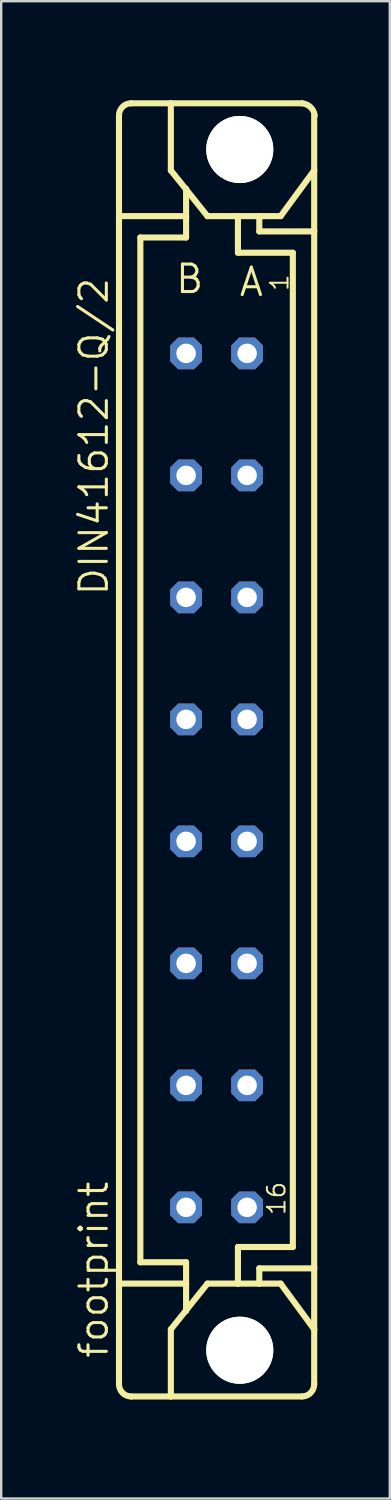
<source format=kicad_pcb>
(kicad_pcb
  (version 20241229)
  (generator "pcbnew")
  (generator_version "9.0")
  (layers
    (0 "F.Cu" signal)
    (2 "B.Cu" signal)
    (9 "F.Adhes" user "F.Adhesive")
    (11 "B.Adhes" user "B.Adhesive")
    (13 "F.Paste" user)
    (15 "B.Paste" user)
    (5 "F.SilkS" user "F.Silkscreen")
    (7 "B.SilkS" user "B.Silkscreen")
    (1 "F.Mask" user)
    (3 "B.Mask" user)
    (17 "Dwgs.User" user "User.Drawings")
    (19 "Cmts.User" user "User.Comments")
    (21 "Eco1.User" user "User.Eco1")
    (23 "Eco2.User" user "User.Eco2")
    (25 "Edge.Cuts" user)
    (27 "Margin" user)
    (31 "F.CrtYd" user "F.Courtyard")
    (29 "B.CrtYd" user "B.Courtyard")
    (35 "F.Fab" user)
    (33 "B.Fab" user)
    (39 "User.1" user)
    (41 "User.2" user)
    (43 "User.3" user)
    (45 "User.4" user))
  (footprint "footprint"
    (layer "F.Cu")
    (at 5.969 28.175)
    (property "Reference" "footprint" (at -4.445 25.4 90) (layer "F.SilkS") (effects (font (size 1.143 1.143) (thickness 0.127)) (justify left bottom)))
    (fp_line (start -4.064 -22.225) (end -4.064 -26.416) (stroke (width 0.254) (type solid)) (layer "F.SilkS"))
    (fp_line (start -4.064 -22.225) (end -4.064 22.225) (stroke (width 0.254) (type solid)) (layer "F.SilkS"))
    (fp_line (start -4.064 22.225) (end -4.064 26.416) (stroke (width 0.254) (type solid)) (layer "F.SilkS"))
    (fp_line (start -3.556 26.924) (end -1.905 26.924) (stroke (width 0.254) (type solid)) (layer "F.SilkS"))
    (fp_line (start -3.175 21.336) (end -3.175 -21.336) (stroke (width 0.254) (type solid)) (layer "F.SilkS"))
    (fp_line (start -1.905 -26.924) (end -3.556 -26.924) (stroke (width 0.254) (type solid)) (layer "F.SilkS"))
    (fp_line (start -1.905 -26.924) (end -1.905 -24.13) (stroke (width 0.254) (type solid)) (layer "F.SilkS"))
    (fp_line (start -1.905 26.924) (end -1.905 24.13) (stroke (width 0.254) (type solid)) (layer "F.SilkS"))
    (fp_line (start -1.905 26.924) (end 3.556 26.924) (stroke (width 0.254) (type solid)) (layer "F.SilkS"))
    (fp_line (start -1.27 -22.225) (end -4.064 -22.225) (stroke (width 0.254) (type solid)) (layer "F.SilkS"))
    (fp_line (start -1.27 -22.225) (end -1.27 -23.368) (stroke (width 0.254) (type solid)) (layer "F.SilkS"))
    (fp_line (start -1.27 -22.225) (end -1.27 -21.336) (stroke (width 0.254) (type solid)) (layer "F.SilkS"))
    (fp_line (start -1.27 -21.336) (end -3.175 -21.336) (stroke (width 0.254) (type solid)) (layer "F.SilkS"))
    (fp_line (start -1.27 21.336) (end -3.175 21.336) (stroke (width 0.254) (type solid)) (layer "F.SilkS"))
    (fp_line (start -1.27 22.225) (end -4.064 22.225) (stroke (width 0.254) (type solid)) (layer "F.SilkS"))
    (fp_line (start -1.27 22.225) (end -1.27 21.336) (stroke (width 0.254) (type solid)) (layer "F.SilkS"))
    (fp_line (start -1.27 22.225) (end -1.27 23.368) (stroke (width 0.254) (type solid)) (layer "F.SilkS"))
    (fp_line (start -0.381 -22.225) (end -1.905 -24.13) (stroke (width 0.254) (type solid)) (layer "F.SilkS"))
    (fp_line (start -0.381 -22.225) (end 0.889 -22.225) (stroke (width 0.254) (type solid)) (layer "F.SilkS"))
    (fp_line (start -0.381 22.225) (end -1.905 24.13) (stroke (width 0.254) (type solid)) (layer "F.SilkS"))
    (fp_line (start -0.381 22.225) (end 0.889 22.225) (stroke (width 0.254) (type solid)) (layer "F.SilkS"))
    (fp_line (start 0.889 -22.225) (end 1.778 -22.225) (stroke (width 0.254) (type solid)) (layer "F.SilkS"))
    (fp_line (start 0.889 -20.701) (end 0.889 -22.225) (stroke (width 0.254) (type solid)) (layer "F.SilkS"))
    (fp_line (start 0.889 22.225) (end 0.889 20.701) (stroke (width 0.254) (type solid)) (layer "F.SilkS"))
    (fp_line (start 0.889 22.225) (end 1.778 22.225) (stroke (width 0.254) (type solid)) (layer "F.SilkS"))
    (fp_line (start 1.778 -22.225) (end 1.778 -21.59) (stroke (width 0.254) (type solid)) (layer "F.SilkS"))
    (fp_line (start 1.778 -22.225) (end 2.667 -22.225) (stroke (width 0.254) (type solid)) (layer "F.SilkS"))
    (fp_line (start 1.778 -21.59) (end 4.064 -21.59) (stroke (width 0.254) (type solid)) (layer "F.SilkS"))
    (fp_line (start 1.778 21.59) (end 4.064 21.59) (stroke (width 0.254) (type solid)) (layer "F.SilkS"))
    (fp_line (start 1.778 22.225) (end 1.778 21.59) (stroke (width 0.254) (type solid)) (layer "F.SilkS"))
    (fp_line (start 1.778 22.225) (end 2.667 22.225) (stroke (width 0.254) (type solid)) (layer "F.SilkS"))
    (fp_line (start 2.667 -22.225) (end 4.064 -24.13) (stroke (width 0.254) (type solid)) (layer "F.SilkS"))
    (fp_line (start 2.667 22.225) (end 4.064 24.13) (stroke (width 0.254) (type solid)) (layer "F.SilkS"))
    (fp_line (start 3.175 -20.701) (end 0.889 -20.701) (stroke (width 0.254) (type solid)) (layer "F.SilkS"))
    (fp_line (start 3.175 20.701) (end 0.889 20.701) (stroke (width 0.254) (type solid)) (layer "F.SilkS"))
    (fp_line (start 3.175 20.701) (end 3.175 -20.701) (stroke (width 0.254) (type solid)) (layer "F.SilkS"))
    (fp_line (start 3.556 -26.924) (end -1.905 -26.924) (stroke (width 0.254) (type solid)) (layer "F.SilkS"))
    (fp_line (start 4.064 -24.13) (end 4.064 -26.416) (stroke (width 0.254) (type solid)) (layer "F.SilkS"))
    (fp_line (start 4.064 -24.13) (end 4.064 -21.59) (stroke (width 0.254) (type solid)) (layer "F.SilkS"))
    (fp_line (start 4.064 -21.59) (end 4.064 21.59) (stroke (width 0.254) (type solid)) (layer "F.SilkS"))
    (fp_line (start 4.064 21.59) (end 4.064 24.13) (stroke (width 0.254) (type solid)) (layer "F.SilkS"))
    (fp_line (start 4.064 24.13) (end 4.064 26.416) (stroke (width 0.254) (type solid)) (layer "F.SilkS"))
    (fp_arc (start -4.064 -26.416) (mid -3.91521 -26.77521) (end -3.556 -26.924) (stroke (width 0.254) (type solid)) (layer "F.SilkS"))
    (fp_arc (start -3.556 26.924) (mid -3.91521 26.77521) (end -4.064 26.416) (stroke (width 0.254) (type solid)) (layer "F.SilkS"))
    (fp_arc (start 3.556 -26.924) (mid 3.909437 -26.764314) (end 4.086 -26.418999) (stroke (width 0.254) (type solid)) (layer "F.SilkS"))
    (fp_arc (start 4.064 26.416) (mid 3.91521 26.77521) (end 3.556 26.924) (stroke (width 0.254) (type solid)) (layer "F.SilkS"))
    (fp_circle (center 0.965 -25) (end 2.235 -25) (stroke (width 0.254) (type solid)) (fill no) (layer "F.SilkS"))
    (fp_circle (center 0.965 25) (end 2.235 25) (stroke (width 0.254) (type solid)) (fill no) (layer "F.SilkS"))
    (fp_text user "A" (at 0.873 -18.812 0) (layer "F.SilkS") (effects (font (size 1.143 1.143) (thickness 0.127)) (justify left bottom)))
    (fp_text user "B" (at -1.778 -18.939 0) (layer "F.SilkS") (effects (font (size 1.143 1.143) (thickness 0.127)) (justify left bottom)))
    (fp_text user "1" (at 3.048 -19.05 90) (layer "F.SilkS") (effects (font (size 0.732 0.732) (thickness 0.081)) (justify left bottom)))
    (fp_text user "16" (at 2.921 19.431 90) (layer "F.SilkS") (effects (font (size 0.732 0.732) (thickness 0.081)) (justify left bottom)))
    (fp_text user "DIN41612-Q/2" (at -4.445 -6.35 90) (layer "F.SilkS") (effects (font (size 1.143 1.143) (thickness 0.127)) (justify left bottom)))
    (pad "" np_thru_hole circle (at 0.965 -25) (size 2.794 2.794) (drill 2.794) (layers "*.Cu" "*.Mask"))
    (pad "" np_thru_hole circle (at 0.965 25) (size 2.794 2.794) (drill 2.794) (layers "*.Cu" "*.Mask"))
    (pad "A2" thru_hole roundrect (at 1.27 -16.51) (size 1.321 1.321) (drill 0.813) (layers "*.Cu" "*.Mask") (roundrect_rratio 0.25) (chamfer_ratio 0.25) (chamfer top_left top_right bottom_left bottom_right))
    (pad "A4" thru_hole roundrect (at 1.27 -11.43) (size 1.321 1.321) (drill 0.813) (layers "*.Cu" "*.Mask") (roundrect_rratio 0.25) (chamfer_ratio 0.25) (chamfer top_left top_right bottom_left bottom_right))
    (pad "A6" thru_hole roundrect (at 1.27 -6.35) (size 1.321 1.321) (drill 0.813) (layers "*.Cu" "*.Mask") (roundrect_rratio 0.25) (chamfer_ratio 0.25) (chamfer top_left top_right bottom_left bottom_right))
    (pad "A8" thru_hole roundrect (at 1.27 -1.27) (size 1.321 1.321) (drill 0.813) (layers "*.Cu" "*.Mask") (roundrect_rratio 0.25) (chamfer_ratio 0.25) (chamfer top_left top_right bottom_left bottom_right))
    (pad "A10" thru_hole roundrect (at 1.27 3.81) (size 1.321 1.321) (drill 0.813) (layers "*.Cu" "*.Mask") (roundrect_rratio 0.25) (chamfer_ratio 0.25) (chamfer top_left top_right bottom_left bottom_right))
    (pad "A12" thru_hole roundrect (at 1.27 8.89) (size 1.321 1.321) (drill 0.813) (layers "*.Cu" "*.Mask") (roundrect_rratio 0.25) (chamfer_ratio 0.25) (chamfer top_left top_right bottom_left bottom_right))
    (pad "A14" thru_hole roundrect (at 1.27 13.97) (size 1.321 1.321) (drill 0.813) (layers "*.Cu" "*.Mask") (roundrect_rratio 0.25) (chamfer_ratio 0.25) (chamfer top_left top_right bottom_left bottom_right))
    (pad "A16" thru_hole roundrect (at 1.27 19.05) (size 1.321 1.321) (drill 0.813) (layers "*.Cu" "*.Mask") (roundrect_rratio 0.25) (chamfer_ratio 0.25) (chamfer top_left top_right bottom_left bottom_right))
    (pad "B2" thru_hole roundrect (at -1.27 -16.51) (size 1.321 1.321) (drill 0.813) (layers "*.Cu" "*.Mask") (roundrect_rratio 0.25) (chamfer_ratio 0.25) (chamfer top_left top_right bottom_left bottom_right))
    (pad "B4" thru_hole roundrect (at -1.27 -11.43) (size 1.321 1.321) (drill 0.813) (layers "*.Cu" "*.Mask") (roundrect_rratio 0.25) (chamfer_ratio 0.25) (chamfer top_left top_right bottom_left bottom_right))
    (pad "B6" thru_hole roundrect (at -1.27 -6.35) (size 1.321 1.321) (drill 0.813) (layers "*.Cu" "*.Mask") (roundrect_rratio 0.25) (chamfer_ratio 0.25) (chamfer top_left top_right bottom_left bottom_right))
    (pad "B8" thru_hole roundrect (at -1.27 -1.27) (size 1.321 1.321) (drill 0.813) (layers "*.Cu" "*.Mask") (roundrect_rratio 0.25) (chamfer_ratio 0.25) (chamfer top_left top_right bottom_left bottom_right))
    (pad "B10" thru_hole roundrect (at -1.27 3.81) (size 1.321 1.321) (drill 0.813) (layers "*.Cu" "*.Mask") (roundrect_rratio 0.25) (chamfer_ratio 0.25) (chamfer top_left top_right bottom_left bottom_right))
    (pad "B12" thru_hole roundrect (at -1.27 8.89) (size 1.321 1.321) (drill 0.813) (layers "*.Cu" "*.Mask") (roundrect_rratio 0.25) (chamfer_ratio 0.25) (chamfer top_left top_right bottom_left bottom_right))
    (pad "B14" thru_hole roundrect (at -1.27 13.97) (size 1.321 1.321) (drill 0.813) (layers "*.Cu" "*.Mask") (roundrect_rratio 0.25) (chamfer_ratio 0.25) (chamfer top_left top_right bottom_left bottom_right))
    (pad "B16" thru_hole roundrect (at -1.27 19.05) (size 1.321 1.321) (drill 0.813) (layers "*.Cu" "*.Mask") (roundrect_rratio 0.25) (chamfer_ratio 0.25) (chamfer top_left top_right bottom_left bottom_right))
    (zone (net_name "") (layers "F.Cu" "B.Cu") (hatch edge 0.508) (connect_pads) (min_thickness 0.254) (filled_areas_thickness no) (keepout (tracks allowed) (vias not_allowed) (pads allowed) (copperpour allowed) (footprints allowed)) (placement (enabled no)) (fill) (polygon (pts (xy 10.109 3.175) (xy 10.061 2.624) (xy 9.918 2.089) (xy 9.684 1.587) (xy 9.366 1.134) (xy 8.975 0.743) (xy 8.522 0.425) (xy 8.02 0.191) (xy 7.486 0.048) (xy 6.934 0) (xy 6.383 0.048) (xy 5.848 0.191) (xy 5.347 0.425) (xy 4.893 0.743) (xy 4.502 1.134) (xy 4.185 1.587) (xy 3.951 2.089) (xy 3.807 2.624) (xy 3.759 3.175) (xy 3.807 3.726) (xy 3.951 4.261) (xy 4.185 4.763) (xy 4.502 5.216) (xy 4.893 5.607) (xy 5.347 5.925) (xy 5.848 6.159) (xy 6.383 6.302) (xy 6.934 6.35) (xy 7.486 6.302) (xy 8.02 6.159) (xy 8.522 5.925) (xy 8.975 5.607) (xy 9.366 5.216) (xy 9.684 4.763) (xy 9.918 4.261) (xy 10.061 3.726))) (polygon (pts (xy 8.331 3.175) (xy 8.31 2.932) (xy 8.247 2.697) (xy 8.144 2.477) (xy 8.004 2.277) (xy 7.832 2.105) (xy 7.633 1.965) (xy 7.412 1.862) (xy 7.177 1.799) (xy 6.934 1.778) (xy 6.692 1.799) (xy 6.456 1.862) (xy 6.236 1.965) (xy 6.036 2.105) (xy 5.864 2.277) (xy 5.724 2.477) (xy 5.621 2.697) (xy 5.558 2.932) (xy 5.537 3.175) (xy 5.558 3.418) (xy 5.621 3.653) (xy 5.724 3.873) (xy 5.864 4.073) (xy 6.036 4.245) (xy 6.236 4.385) (xy 6.456 4.488) (xy 6.692 4.551) (xy 6.934 4.572) (xy 7.177 4.551) (xy 7.412 4.488) (xy 7.633 4.385) (xy 7.832 4.245) (xy 8.004 4.073) (xy 8.144 3.873) (xy 8.247 3.653) (xy 8.31 3.418))))
    (zone (net_name "") (layers "F.Cu" "B.Cu") (hatch edge 0.508) (connect_pads) (min_thickness 0.254) (filled_areas_thickness no) (keepout (tracks allowed) (vias not_allowed) (pads allowed) (copperpour allowed) (footprints allowed)) (placement (enabled no)) (fill) (polygon (pts (xy 10.109 53.175) (xy 10.061 52.624) (xy 9.918 52.089) (xy 9.684 51.587) (xy 9.366 51.134) (xy 8.975 50.743) (xy 8.522 50.425) (xy 8.02 50.191) (xy 7.486 50.048) (xy 6.934 50) (xy 6.383 50.048) (xy 5.848 50.191) (xy 5.347 50.425) (xy 4.893 50.743) (xy 4.502 51.134) (xy 4.185 51.587) (xy 3.951 52.089) (xy 3.807 52.624) (xy 3.759 53.175) (xy 3.807 53.726) (xy 3.951 54.261) (xy 4.185 54.763) (xy 4.502 55.216) (xy 4.893 55.607) (xy 5.347 55.925) (xy 5.848 56.159) (xy 6.383 56.302) (xy 6.934 56.35) (xy 7.486 56.302) (xy 8.02 56.159) (xy 8.522 55.925) (xy 8.975 55.607) (xy 9.366 55.216) (xy 9.684 54.763) (xy 9.918 54.261) (xy 10.061 53.726))) (polygon (pts (xy 8.331 53.175) (xy 8.31 52.932) (xy 8.247 52.697) (xy 8.144 52.477) (xy 8.004 52.277) (xy 7.832 52.105) (xy 7.633 51.965) (xy 7.412 51.862) (xy 7.177 51.799) (xy 6.934 51.778) (xy 6.692 51.799) (xy 6.456 51.862) (xy 6.236 51.965) (xy 6.036 52.105) (xy 5.864 52.277) (xy 5.724 52.477) (xy 5.621 52.697) (xy 5.558 52.932) (xy 5.537 53.175) (xy 5.558 53.418) (xy 5.621 53.653) (xy 5.724 53.873) (xy 5.864 54.073) (xy 6.036 54.245) (xy 6.236 54.385) (xy 6.456 54.488) (xy 6.692 54.551) (xy 6.934 54.572) (xy 7.177 54.551) (xy 7.412 54.488) (xy 7.633 54.385) (xy 7.832 54.245) (xy 8.004 54.073) (xy 8.144 53.873) (xy 8.247 53.653) (xy 8.31 53.418))))
    (zone (net_name "") (layer "B.Cu") (hatch edge 0.508) (connect_pads) (min_thickness 0.254) (filled_areas_thickness no) (keepout (tracks not_allowed) (vias not_allowed) (pads not_allowed) (copperpour not_allowed) (footprints allowed)) (placement (enabled no)) (fill) (polygon (pts (xy 10.109 3.175) (xy 10.061 2.624) (xy 9.918 2.089) (xy 9.684 1.587) (xy 9.366 1.134) (xy 8.975 0.743) (xy 8.522 0.425) (xy 8.02 0.191) (xy 7.486 0.048) (xy 6.934 0) (xy 6.383 0.048) (xy 5.848 0.191) (xy 5.347 0.425) (xy 4.893 0.743) (xy 4.502 1.134) (xy 4.185 1.587) (xy 3.951 2.089) (xy 3.807 2.624) (xy 3.759 3.175) (xy 3.807 3.726) (xy 3.951 4.261) (xy 4.185 4.763) (xy 4.502 5.216) (xy 4.893 5.607) (xy 5.347 5.925) (xy 5.848 6.159) (xy 6.383 6.302) (xy 6.934 6.35) (xy 7.486 6.302) (xy 8.02 6.159) (xy 8.522 5.925) (xy 8.975 5.607) (xy 9.366 5.216) (xy 9.684 4.763) (xy 9.918 4.261) (xy 10.061 3.726))) (polygon (pts (xy 8.331 3.175) (xy 8.31 2.932) (xy 8.247 2.697) (xy 8.144 2.477) (xy 8.004 2.277) (xy 7.832 2.105) (xy 7.633 1.965) (xy 7.412 1.862) (xy 7.177 1.799) (xy 6.934 1.778) (xy 6.692 1.799) (xy 6.456 1.862) (xy 6.236 1.965) (xy 6.036 2.105) (xy 5.864 2.277) (xy 5.724 2.477) (xy 5.621 2.697) (xy 5.558 2.932) (xy 5.537 3.175) (xy 5.558 3.418) (xy 5.621 3.653) (xy 5.724 3.873) (xy 5.864 4.073) (xy 6.036 4.245) (xy 6.236 4.385) (xy 6.456 4.488) (xy 6.692 4.551) (xy 6.934 4.572) (xy 7.177 4.551) (xy 7.412 4.488) (xy 7.633 4.385) (xy 7.832 4.245) (xy 8.004 4.073) (xy 8.144 3.873) (xy 8.247 3.653) (xy 8.31 3.418))))
    (zone (net_name "") (layer "B.Cu") (hatch edge 0.508) (connect_pads) (min_thickness 0.254) (filled_areas_thickness no) (keepout (tracks not_allowed) (vias not_allowed) (pads not_allowed) (copperpour not_allowed) (footprints allowed)) (placement (enabled no)) (fill) (polygon (pts (xy 10.109 53.175) (xy 10.061 52.624) (xy 9.918 52.089) (xy 9.684 51.587) (xy 9.366 51.134) (xy 8.975 50.743) (xy 8.522 50.425) (xy 8.02 50.191) (xy 7.486 50.048) (xy 6.934 50) (xy 6.383 50.048) (xy 5.848 50.191) (xy 5.347 50.425) (xy 4.893 50.743) (xy 4.502 51.134) (xy 4.185 51.587) (xy 3.951 52.089) (xy 3.807 52.624) (xy 3.759 53.175) (xy 3.807 53.726) (xy 3.951 54.261) (xy 4.185 54.763) (xy 4.502 55.216) (xy 4.893 55.607) (xy 5.347 55.925) (xy 5.848 56.159) (xy 6.383 56.302) (xy 6.934 56.35) (xy 7.486 56.302) (xy 8.02 56.159) (xy 8.522 55.925) (xy 8.975 55.607) (xy 9.366 55.216) (xy 9.684 54.763) (xy 9.918 54.261) (xy 10.061 53.726))) (polygon (pts (xy 8.331 53.175) (xy 8.31 52.932) (xy 8.247 52.697) (xy 8.144 52.477) (xy 8.004 52.277) (xy 7.832 52.105) (xy 7.633 51.965) (xy 7.412 51.862) (xy 7.177 51.799) (xy 6.934 51.778) (xy 6.692 51.799) (xy 6.456 51.862) (xy 6.236 51.965) (xy 6.036 52.105) (xy 5.864 52.277) (xy 5.724 52.477) (xy 5.621 52.697) (xy 5.558 52.932) (xy 5.537 53.175) (xy 5.558 53.418) (xy 5.621 53.653) (xy 5.724 53.873) (xy 5.864 54.073) (xy 6.036 54.245) (xy 6.236 54.385) (xy 6.456 54.488) (xy 6.692 54.551) (xy 6.934 54.572) (xy 7.177 54.551) (xy 7.412 54.488) (xy 7.633 54.385) (xy 7.832 54.245) (xy 8.004 54.073) (xy 8.144 53.873) (xy 8.247 53.653) (xy 8.31 53.418)))))
  (gr_rect
    (start -3 -3)
    (end 13.182 59.35)
    (stroke (width 0.1) (type default))
    (fill no)
    (layer "Edge.Cuts")))
</source>
